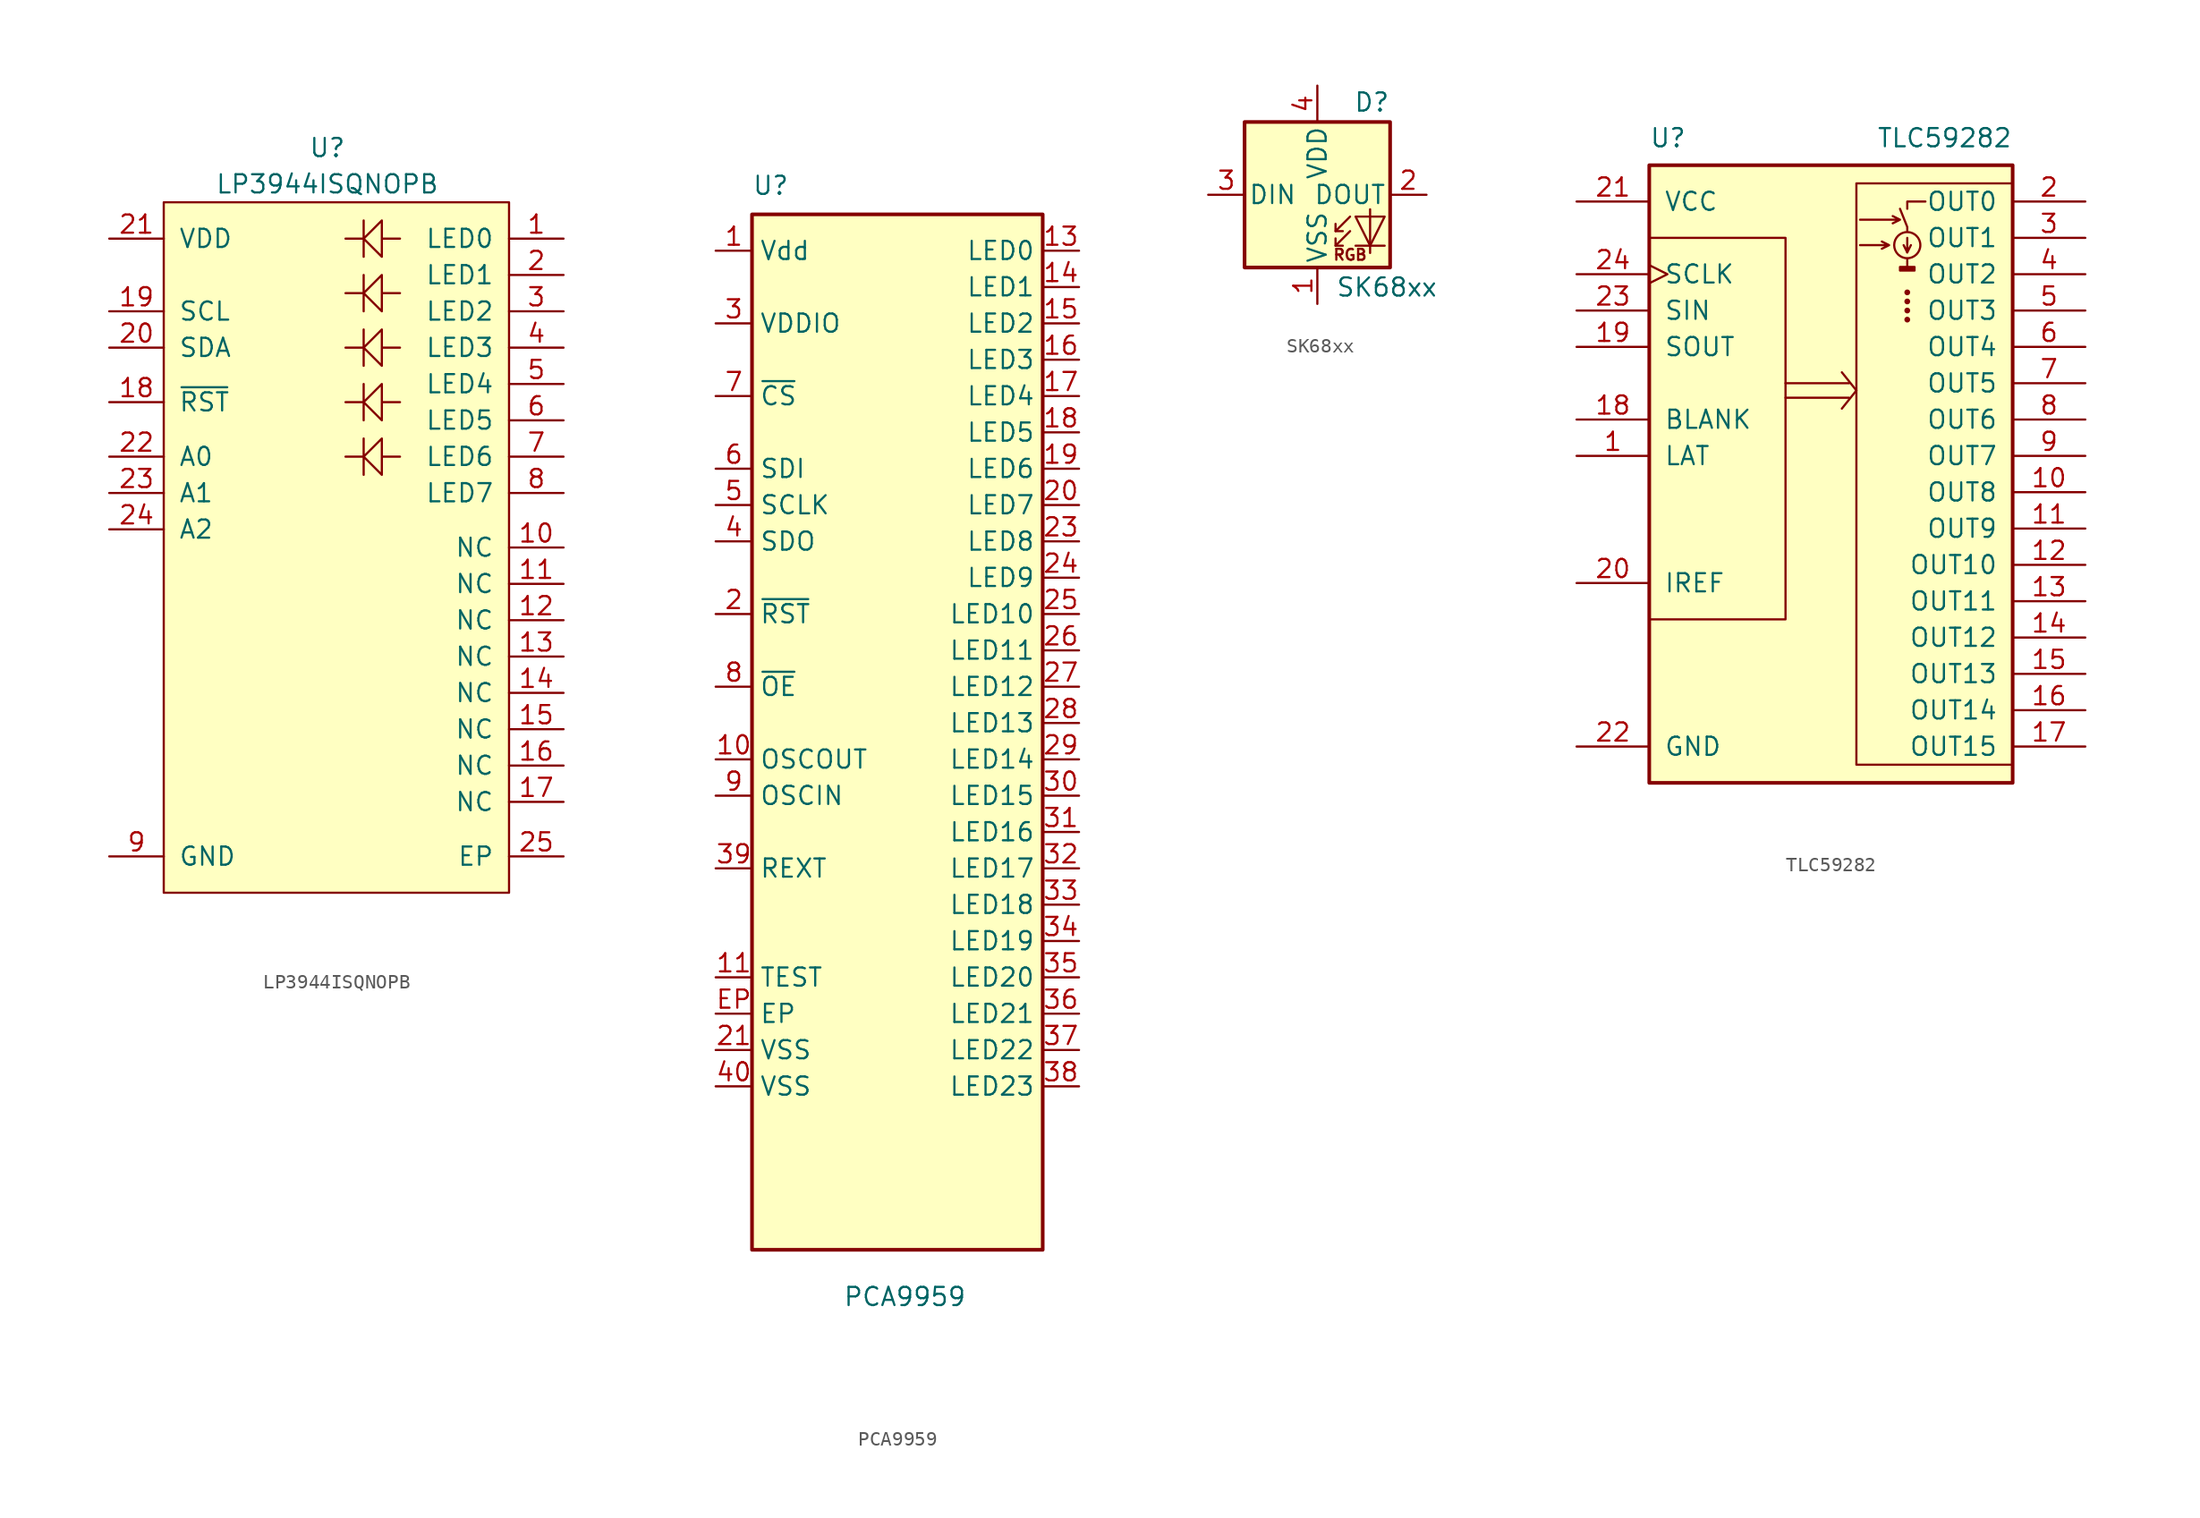
<source format=kicad_sym>
(kicad_symbol_lib
  (version 20220914)
  (generator kicad_symbol_editor)
  (symbol "LP3944ISQNOPB"
    (pin_names
      (offset 1.016))
    (property "Reference" "U"
      (at 0 3.81 0)
      (effects (font (size 1.27 1.27))))
    (property "Value" "LP3944ISQNOPB"
      (at 0 1.27 0)
      (effects (font (size 1.27 1.27))))
    (symbol "LP3944ISQNOPB_0_1"
      (rectangle (start -11.43 0) (end 12.7 -48.26) (stroke (width 0) (type default)) (fill (type background)))
      (polyline (pts (xy 5.08 -2.54) (xy 3.81 -2.54) (xy 3.81 -1.27) (xy 3.81 -3.81) (xy 2.54 -2.54) (xy 3.81 -1.27) (xy 2.54 -2.54) (xy 2.54 -1.27) (xy 2.54 -3.81) (xy 2.54 -2.54) (xy 1.27 -2.54)) (stroke (width 0) (type default)) (fill (type none))))
    (symbol "LP3944ISQNOPB_1_1"
      (polyline (pts (xy 5.08 -17.78) (xy 3.81 -17.78) (xy 3.81 -16.51) (xy 3.81 -19.05) (xy 2.54 -17.78) (xy 3.81 -16.51) (xy 2.54 -17.78) (xy 2.54 -16.51) (xy 2.54 -19.05) (xy 2.54 -17.78) (xy 1.27 -17.78)) (stroke (width 0) (type default)) (fill (type none)))
      (polyline (pts (xy 5.08 -13.97) (xy 3.81 -13.97) (xy 3.81 -12.7) (xy 3.81 -15.24) (xy 2.54 -13.97) (xy 3.81 -12.7) (xy 2.54 -13.97) (xy 2.54 -12.7) (xy 2.54 -15.24) (xy 2.54 -13.97) (xy 1.27 -13.97)) (stroke (width 0) (type default)) (fill (type none)))
      (polyline (pts (xy 5.08 -10.16) (xy 3.81 -10.16) (xy 3.81 -8.89) (xy 3.81 -11.43) (xy 2.54 -10.16) (xy 3.81 -8.89) (xy 2.54 -10.16) (xy 2.54 -8.89) (xy 2.54 -11.43) (xy 2.54 -10.16) (xy 1.27 -10.16)) (stroke (width 0) (type default)) (fill (type none)))
      (polyline (pts (xy 5.08 -6.35) (xy 3.81 -6.35) (xy 3.81 -5.08) (xy 3.81 -7.62) (xy 2.54 -6.35) (xy 3.81 -5.08) (xy 2.54 -6.35) (xy 2.54 -5.08) (xy 2.54 -7.62) (xy 2.54 -6.35) (xy 1.27 -6.35)) (stroke (width 0) (type default)) (fill (type none)))
      (pin passive line (at 16.51 -2.54 180) (length 3.81) (name "LED0" (effects (font (size 1.27 1.27)))) (number "1" (effects (font (size 1.27 1.27)))))
      (pin passive line (at 16.51 -24.13 180) (length 3.81) (name "NC" (effects (font (size 1.27 1.27)))) (number "10" (effects (font (size 1.27 1.27)))))
      (pin passive line (at 16.51 -26.67 180) (length 3.81) (name "NC" (effects (font (size 1.27 1.27)))) (number "11" (effects (font (size 1.27 1.27)))))
      (pin passive line (at 16.51 -29.21 180) (length 3.81) (name "NC" (effects (font (size 1.27 1.27)))) (number "12" (effects (font (size 1.27 1.27)))))
      (pin passive line (at 16.51 -31.75 180) (length 3.81) (name "NC" (effects (font (size 1.27 1.27)))) (number "13" (effects (font (size 1.27 1.27)))))
      (pin passive line (at 16.51 -34.29 180) (length 3.81) (name "NC" (effects (font (size 1.27 1.27)))) (number "14" (effects (font (size 1.27 1.27)))))
      (pin passive line (at 16.51 -36.83 180) (length 3.81) (name "NC" (effects (font (size 1.27 1.27)))) (number "15" (effects (font (size 1.27 1.27)))))
      (pin passive line (at 16.51 -39.37 180) (length 3.81) (name "NC" (effects (font (size 1.27 1.27)))) (number "16" (effects (font (size 1.27 1.27)))))
      (pin passive line (at 16.51 -41.91 180) (length 3.81) (name "NC" (effects (font (size 1.27 1.27)))) (number "17" (effects (font (size 1.27 1.27)))))
      (pin passive line (at -15.24 -13.97 0) (length 3.81) (name "~{RST}" (effects (font (size 1.27 1.27)))) (number "18" (effects (font (size 1.27 1.27)))))
      (pin passive line (at -15.24 -7.62 0) (length 3.81) (name "SCL" (effects (font (size 1.27 1.27)))) (number "19" (effects (font (size 1.27 1.27)))))
      (pin passive line (at 16.51 -5.08 180) (length 3.81) (name "LED1" (effects (font (size 1.27 1.27)))) (number "2" (effects (font (size 1.27 1.27)))))
      (pin passive line (at -15.24 -10.16 0) (length 3.81) (name "SDA" (effects (font (size 1.27 1.27)))) (number "20" (effects (font (size 1.27 1.27)))))
      (pin passive line (at -15.24 -2.54 0) (length 3.81) (name "VDD" (effects (font (size 1.27 1.27)))) (number "21" (effects (font (size 1.27 1.27)))))
      (pin passive line (at -15.24 -17.78 0) (length 3.81) (name "A0" (effects (font (size 1.27 1.27)))) (number "22" (effects (font (size 1.27 1.27)))))
      (pin passive line (at -15.24 -20.32 0) (length 3.81) (name "A1" (effects (font (size 1.27 1.27)))) (number "23" (effects (font (size 1.27 1.27)))))
      (pin passive line (at -15.24 -22.86 0) (length 3.81) (name "A2" (effects (font (size 1.27 1.27)))) (number "24" (effects (font (size 1.27 1.27)))))
      (pin passive line (at 16.51 -45.72 180) (length 3.81) (name "EP" (effects (font (size 1.27 1.27)))) (number "25" (effects (font (size 1.27 1.27)))))
      (pin passive line (at 16.51 -7.62 180) (length 3.81) (name "LED2" (effects (font (size 1.27 1.27)))) (number "3" (effects (font (size 1.27 1.27)))))
      (pin passive line (at 16.51 -10.16 180) (length 3.81) (name "LED3" (effects (font (size 1.27 1.27)))) (number "4" (effects (font (size 1.27 1.27)))))
      (pin passive line (at 16.51 -12.7 180) (length 3.81) (name "LED4" (effects (font (size 1.27 1.27)))) (number "5" (effects (font (size 1.27 1.27)))))
      (pin passive line (at 16.51 -15.24 180) (length 3.81) (name "LED5" (effects (font (size 1.27 1.27)))) (number "6" (effects (font (size 1.27 1.27)))))
      (pin passive line (at 16.51 -17.78 180) (length 3.81) (name "LED6" (effects (font (size 1.27 1.27)))) (number "7" (effects (font (size 1.27 1.27)))))
      (pin passive line (at 16.51 -20.32 180) (length 3.81) (name "LED7" (effects (font (size 1.27 1.27)))) (number "8" (effects (font (size 1.27 1.27)))))
      (pin passive line (at -15.24 -45.72 0) (length 3.81) (name "GND" (effects (font (size 1.27 1.27)))) (number "9" (effects (font (size 1.27 1.27)))))))
  (symbol "PCA9959"
    (property "Reference" "U"
      (at -10.16 1.27 0)
      (effects (font (size 1.27 1.27)) (justify left bottom)))
    (property "Value" "PCA9959"
      (at -3.81 -74.93 0)
      (effects (font (size 1.27 1.27)) (justify left top)))
    (symbol "PCA9959_0_0"
      (pin unspecified line (at 12.7 -38.1 180) (length 2.54) (name "LED14" (effects (font (size 1.27 1.27)))) (number "29" (effects (font (size 1.27 1.27)))))
      (pin unspecified line (at 12.7 -40.64 180) (length 2.54) (name "LED15" (effects (font (size 1.27 1.27)))) (number "30" (effects (font (size 1.27 1.27)))))
      (pin unspecified line (at 12.7 -43.18 180) (length 2.54) (name "LED16" (effects (font (size 1.27 1.27)))) (number "31" (effects (font (size 1.27 1.27)))))
      (pin unspecified line (at 12.7 -45.72 180) (length 2.54) (name "LED17" (effects (font (size 1.27 1.27)))) (number "32" (effects (font (size 1.27 1.27)))))
      (pin unspecified line (at 12.7 -48.26 180) (length 2.54) (name "LED18" (effects (font (size 1.27 1.27)))) (number "33" (effects (font (size 1.27 1.27)))))
      (pin unspecified line (at 12.7 -50.8 180) (length 2.54) (name "LED19" (effects (font (size 1.27 1.27)))) (number "34" (effects (font (size 1.27 1.27)))))
      (pin unspecified line (at 12.7 -53.34 180) (length 2.54) (name "LED20" (effects (font (size 1.27 1.27)))) (number "35" (effects (font (size 1.27 1.27)))))
      (pin unspecified line (at 12.7 -55.88 180) (length 2.54) (name "LED21" (effects (font (size 1.27 1.27)))) (number "36" (effects (font (size 1.27 1.27)))))
      (pin unspecified line (at 12.7 -58.42 180) (length 2.54) (name "LED22" (effects (font (size 1.27 1.27)))) (number "37" (effects (font (size 1.27 1.27)))))
      (pin unspecified line (at 12.7 -60.96 180) (length 2.54) (name "LED23" (effects (font (size 1.27 1.27)))) (number "38" (effects (font (size 1.27 1.27)))))
      (pin unspecified line (at -12.7 -45.72 0) (length 2.54) (name "REXT" (effects (font (size 1.27 1.27)))) (number "39" (effects (font (size 1.27 1.27)))))
      (pin unspecified line (at -12.7 -60.96 0) (length 2.54) (name "VSS" (effects (font (size 1.27 1.27)))) (number "40" (effects (font (size 1.27 1.27)))))
      (pin unspecified line (at -12.7 -55.88 0) (length 2.54) (name "EP" (effects (font (size 1.27 1.27)))) (number "EP" (effects (font (size 1.27 1.27))))))
    (symbol "PCA9959_0_1"
      (rectangle (start -10.16 0) (end 10.16 -72.39) (stroke (width 0.254) (type default)) (fill (type background))))
    (symbol "PCA9959_1_1"
      (pin input line (at -12.7 -2.54 0) (length 2.54) (name "Vdd" (effects (font (size 1.27 1.27)))) (number "1" (effects (font (size 1.27 1.27)))))
      (pin output line (at -12.7 -38.1 0) (length 2.54) (name "OSCOUT" (effects (font (size 1.27 1.27)))) (number "10" (effects (font (size 1.27 1.27)))))
      (pin output line (at -12.7 -53.34 0) (length 2.54) (name "TEST" (effects (font (size 1.27 1.27)))) (number "11" (effects (font (size 1.27 1.27)))))
      (pin output line (at -12.7 -69.85 0) (length 2.54) hide (name "N/C" (effects (font (size 1.27 1.27)))) (number "12" (effects (font (size 1.27 1.27)))))
      (pin output line (at 12.7 -2.54 180) (length 2.54) (name "LED0" (effects (font (size 1.27 1.27)))) (number "13" (effects (font (size 1.27 1.27)))))
      (pin output line (at 12.7 -5.08 180) (length 2.54) (name "LED1" (effects (font (size 1.27 1.27)))) (number "14" (effects (font (size 1.27 1.27)))))
      (pin output line (at 12.7 -7.62 180) (length 2.54) (name "LED2" (effects (font (size 1.27 1.27)))) (number "15" (effects (font (size 1.27 1.27)))))
      (pin output line (at 12.7 -10.16 180) (length 2.54) (name "LED3" (effects (font (size 1.27 1.27)))) (number "16" (effects (font (size 1.27 1.27)))))
      (pin output line (at 12.7 -12.7 180) (length 2.54) (name "LED4" (effects (font (size 1.27 1.27)))) (number "17" (effects (font (size 1.27 1.27)))))
      (pin output line (at 12.7 -15.24 180) (length 2.54) (name "LED5" (effects (font (size 1.27 1.27)))) (number "18" (effects (font (size 1.27 1.27)))))
      (pin output line (at 12.7 -17.78 180) (length 2.54) (name "LED6" (effects (font (size 1.27 1.27)))) (number "19" (effects (font (size 1.27 1.27)))))
      (pin input line (at -12.7 -27.94 0) (length 2.54) (name "~{RST}" (effects (font (size 1.27 1.27)))) (number "2" (effects (font (size 1.27 1.27)))))
      (pin output line (at 12.7 -20.32 180) (length 2.54) (name "LED7" (effects (font (size 1.27 1.27)))) (number "20" (effects (font (size 1.27 1.27)))))
      (pin output line (at -12.7 -58.42 0) (length 2.54) (name "VSS" (effects (font (size 1.27 1.27)))) (number "21" (effects (font (size 1.27 1.27)))))
      (pin output line (at -12.7 -67.31 0) (length 2.54) hide (name "N/C" (effects (font (size 1.27 1.27)))) (number "22" (effects (font (size 1.27 1.27)))))
      (pin input line (at 12.7 -22.86 180) (length 2.54) (name "LED8" (effects (font (size 1.27 1.27)))) (number "23" (effects (font (size 1.27 1.27)))))
      (pin input line (at 12.7 -25.4 180) (length 2.54) (name "LED9" (effects (font (size 1.27 1.27)))) (number "24" (effects (font (size 1.27 1.27)))))
      (pin input line (at 12.7 -27.94 180) (length 2.54) (name "LED10" (effects (font (size 1.27 1.27)))) (number "25" (effects (font (size 1.27 1.27)))))
      (pin unspecified line (at 12.7 -30.48 180) (length 2.54) (name "LED11" (effects (font (size 1.27 1.27)))) (number "26" (effects (font (size 1.27 1.27)))))
      (pin unspecified line (at 12.7 -33.02 180) (length 2.54) (name "LED12" (effects (font (size 1.27 1.27)))) (number "27" (effects (font (size 1.27 1.27)))))
      (pin unspecified line (at 12.7 -35.56 180) (length 2.54) (name "LED13" (effects (font (size 1.27 1.27)))) (number "28" (effects (font (size 1.27 1.27)))))
      (pin input line (at -12.7 -7.62 0) (length 2.54) (name "VDDIO" (effects (font (size 1.27 1.27)))) (number "3" (effects (font (size 1.27 1.27)))))
      (pin input line (at -12.7 -22.86 0) (length 2.54) (name "SDO" (effects (font (size 1.27 1.27)))) (number "4" (effects (font (size 1.27 1.27)))))
      (pin input line (at -12.7 -20.32 0) (length 2.54) (name "SCLK" (effects (font (size 1.27 1.27)))) (number "5" (effects (font (size 1.27 1.27)))))
      (pin output line (at -12.7 -17.78 0) (length 2.54) (name "SDI" (effects (font (size 1.27 1.27)))) (number "6" (effects (font (size 1.27 1.27)))))
      (pin output line (at -12.7 -12.7 0) (length 2.54) (name "~{CS}" (effects (font (size 1.27 1.27)))) (number "7" (effects (font (size 1.27 1.27)))))
      (pin output line (at -12.7 -33.02 0) (length 2.54) (name "~{OE}" (effects (font (size 1.27 1.27)))) (number "8" (effects (font (size 1.27 1.27)))))
      (pin output line (at -12.7 -40.64 0) (length 2.54) (name "OSCIN" (effects (font (size 1.27 1.27)))) (number "9" (effects (font (size 1.27 1.27)))))))
  (symbol "SK68xx"
    (pin_names
      (offset 0.254))
    (property "Reference" "D"
      (at 5.08 5.715 0)
      (effects (font (size 1.27 1.27)) (justify right bottom)))
    (property "Value" "SK68xx"
      (at 1.27 -5.715 0)
      (effects (font (size 1.27 1.27)) (justify left top)))
    (symbol "SK68xx_0_0"
      (text "RGB" (at 2.286 -4.191 0) (effects (font (size 0.762 0.762)))))
    (symbol "SK68xx_0_1"
      (polyline (pts (xy 1.27 -3.556) (xy 1.778 -3.556)) (stroke (width 0) (type default)) (fill (type none)))
      (polyline (pts (xy 1.27 -2.54) (xy 1.778 -2.54)) (stroke (width 0) (type default)) (fill (type none)))
      (polyline (pts (xy 4.699 -3.556) (xy 2.667 -3.556)) (stroke (width 0) (type default)) (fill (type none)))
      (polyline (pts (xy 2.286 -2.54) (xy 1.27 -3.556) (xy 1.27 -3.048)) (stroke (width 0) (type default)) (fill (type none)))
      (polyline (pts (xy 2.286 -1.524) (xy 1.27 -2.54) (xy 1.27 -2.032)) (stroke (width 0) (type default)) (fill (type none)))
      (polyline (pts (xy 3.683 -1.016) (xy 3.683 -3.556) (xy 3.683 -4.064)) (stroke (width 0) (type default)) (fill (type none)))
      (polyline (pts (xy 4.699 -1.524) (xy 2.667 -1.524) (xy 3.683 -3.556) (xy 4.699 -1.524)) (stroke (width 0) (type default)) (fill (type none)))
      (rectangle (start 5.08 5.08) (end -5.08 -5.08) (stroke (width 0.254) (type default)) (fill (type background))))
    (symbol "SK68xx_1_1"
      (pin power_in line (at 0 -7.62 90) (length 2.54) (name "VSS" (effects (font (size 1.27 1.27)))) (number "1" (effects (font (size 1.27 1.27)))))
      (pin output line (at 7.62 0 180) (length 2.54) (name "DOUT" (effects (font (size 1.27 1.27)))) (number "2" (effects (font (size 1.27 1.27)))))
      (pin input line (at -7.62 0 0) (length 2.54) (name "DIN" (effects (font (size 1.27 1.27)))) (number "3" (effects (font (size 1.27 1.27)))))
      (pin power_in line (at 0 7.62 270) (length 2.54) (name "VDD" (effects (font (size 1.27 1.27)))) (number "4" (effects (font (size 1.27 1.27)))))))
  (symbol "TLC59282"
    (pin_names
      (offset 1.016))
    (property "Reference" "U"
      (at -12.7 22.225 0)
      (effects (font (size 1.27 1.27)) (justify left)))
    (property "Value" "TLC59282"
      (at 12.7 22.225 0)
      (effects (font (size 1.27 1.27)) (justify right)))
    (symbol "TLC59282_0_1"
      (rectangle (start -12.7 15.24) (end -3.175 -11.43) (stroke (width 0) (type default)) (fill (type none)))
      (rectangle (start -12.7 20.32) (end 12.7 -22.86) (stroke (width 0.254) (type default)) (fill (type background)))
      (polyline (pts (xy -3.175 5.08) (xy 1.27 5.08)) (stroke (width 0) (type default)) (fill (type none)))
      (polyline (pts (xy 1.27 4.064) (xy -3.175 4.064)) (stroke (width 0) (type default)) (fill (type none)))
      (polyline (pts (xy 1.778 4.572) (xy 0.762 3.302)) (stroke (width 0) (type default)) (fill (type none)))
      (polyline (pts (xy 1.778 4.572) (xy 0.762 5.842)) (stroke (width 0) (type default)) (fill (type none)))
      (polyline (pts (xy 5.334 13.716) (xy 5.334 13.208)) (stroke (width 0) (type default)) (fill (type none)))
      (polyline (pts (xy 5.334 14.224) (xy 5.588 14.732)) (stroke (width 0) (type default)) (fill (type none)))
      (polyline (pts (xy 5.334 15.24) (xy 5.334 14.224) (xy 5.08 14.732)) (stroke (width 0) (type default)) (fill (type none)))
      (polyline (pts (xy 5.334 15.748) (xy 5.334 16.002) (xy 4.826 17.272)) (stroke (width 0) (type default)) (fill (type none)))
      (polyline (pts (xy 5.334 17.272) (xy 5.334 17.78) (xy 6.604 17.78)) (stroke (width 0) (type default)) (fill (type none)))
      (polyline (pts (xy 2.032 14.732) (xy 4.064 14.732) (xy 3.556 14.986) (xy 4.064 14.732) (xy 3.556 14.478)) (stroke (width 0) (type default)) (fill (type none)))
      (polyline (pts (xy 2.032 16.51) (xy 4.826 16.51) (xy 4.318 16.764) (xy 4.826 16.51) (xy 4.318 16.256)) (stroke (width 0) (type default)) (fill (type none)))
      (rectangle (start 1.778 19.05) (end 12.7 -21.59) (stroke (width 0) (type default)) (fill (type none)))
      (rectangle (start 4.826 13.208) (end 5.842 12.954) (stroke (width 0) (type default)) (fill (type outline)))
      (circle (center 5.334 9.525) (radius 0.127) (stroke (width 0) (type default)) (fill (type outline)))
      (circle (center 5.334 10.16) (radius 0.127) (stroke (width 0) (type default)) (fill (type outline)))
      (circle (center 5.334 10.795) (radius 0.127) (stroke (width 0) (type default)) (fill (type outline)))
      (circle (center 5.334 11.43) (radius 0.127) (stroke (width 0) (type default)) (fill (type outline)))
      (circle (center 5.334 14.732) (radius 0.914) (stroke (width 0) (type default)) (fill (type none))))
    (symbol "TLC59282_1_1"
      (pin input line (at -17.78 0 0) (length 5.08) (name "LAT" (effects (font (size 1.27 1.27)))) (number "1" (effects (font (size 1.27 1.27)))))
      (pin open_collector line (at 17.78 -2.54 180) (length 5.08) (name "OUT8" (effects (font (size 1.27 1.27)))) (number "10" (effects (font (size 1.27 1.27)))))
      (pin open_collector line (at 17.78 -5.08 180) (length 5.08) (name "OUT9" (effects (font (size 1.27 1.27)))) (number "11" (effects (font (size 1.27 1.27)))))
      (pin open_collector line (at 17.78 -7.62 180) (length 5.08) (name "OUT10" (effects (font (size 1.27 1.27)))) (number "12" (effects (font (size 1.27 1.27)))))
      (pin open_collector line (at 17.78 -10.16 180) (length 5.08) (name "OUT11" (effects (font (size 1.27 1.27)))) (number "13" (effects (font (size 1.27 1.27)))))
      (pin open_collector line (at 17.78 -12.7 180) (length 5.08) (name "OUT12" (effects (font (size 1.27 1.27)))) (number "14" (effects (font (size 1.27 1.27)))))
      (pin open_collector line (at 17.78 -15.24 180) (length 5.08) (name "OUT13" (effects (font (size 1.27 1.27)))) (number "15" (effects (font (size 1.27 1.27)))))
      (pin open_collector line (at 17.78 -17.78 180) (length 5.08) (name "OUT14" (effects (font (size 1.27 1.27)))) (number "16" (effects (font (size 1.27 1.27)))))
      (pin open_collector line (at 17.78 -20.32 180) (length 5.08) (name "OUT15" (effects (font (size 1.27 1.27)))) (number "17" (effects (font (size 1.27 1.27)))))
      (pin input line (at -17.78 2.54 0) (length 5.08) (name "BLANK" (effects (font (size 1.27 1.27)))) (number "18" (effects (font (size 1.27 1.27)))))
      (pin output line (at -17.78 7.62 0) (length 5.08) (name "SOUT" (effects (font (size 1.27 1.27)))) (number "19" (effects (font (size 1.27 1.27)))))
      (pin open_collector line (at 17.78 17.78 180) (length 5.08) (name "OUT0" (effects (font (size 1.27 1.27)))) (number "2" (effects (font (size 1.27 1.27)))))
      (pin input line (at -17.78 -8.89 0) (length 5.08) (name "IREF" (effects (font (size 1.27 1.27)))) (number "20" (effects (font (size 1.27 1.27)))))
      (pin power_in line (at -17.78 17.78 0) (length 5.08) (name "VCC" (effects (font (size 1.27 1.27)))) (number "21" (effects (font (size 1.27 1.27)))))
      (pin power_in line (at -17.78 -20.32 0) (length 5.08) (name "GND" (effects (font (size 1.27 1.27)))) (number "22" (effects (font (size 1.27 1.27)))))
      (pin input line (at -17.78 10.16 0) (length 5.08) (name "SIN" (effects (font (size 1.27 1.27)))) (number "23" (effects (font (size 1.27 1.27)))))
      (pin input clock (at -17.78 12.7 0) (length 5.08) (name "SCLK" (effects (font (size 1.27 1.27)))) (number "24" (effects (font (size 1.27 1.27)))))
      (pin power_in line (at -17.78 -20.32 0) (length 5.08) hide (name "EP" (effects (font (size 1.27 1.27)))) (number "25" (effects (font (size 1.27 1.27)))))
      (pin open_collector line (at 17.78 15.24 180) (length 5.08) (name "OUT1" (effects (font (size 1.27 1.27)))) (number "3" (effects (font (size 1.27 1.27)))))
      (pin open_collector line (at 17.78 12.7 180) (length 5.08) (name "OUT2" (effects (font (size 1.27 1.27)))) (number "4" (effects (font (size 1.27 1.27)))))
      (pin open_collector line (at 17.78 10.16 180) (length 5.08) (name "OUT3" (effects (font (size 1.27 1.27)))) (number "5" (effects (font (size 1.27 1.27)))))
      (pin open_collector line (at 17.78 7.62 180) (length 5.08) (name "OUT4" (effects (font (size 1.27 1.27)))) (number "6" (effects (font (size 1.27 1.27)))))
      (pin open_collector line (at 17.78 5.08 180) (length 5.08) (name "OUT5" (effects (font (size 1.27 1.27)))) (number "7" (effects (font (size 1.27 1.27)))))
      (pin open_collector line (at 17.78 2.54 180) (length 5.08) (name "OUT6" (effects (font (size 1.27 1.27)))) (number "8" (effects (font (size 1.27 1.27)))))
      (pin open_collector line (at 17.78 0 180) (length 5.08) (name "OUT7" (effects (font (size 1.27 1.27)))) (number "9" (effects (font (size 1.27 1.27))))))))
</source>
